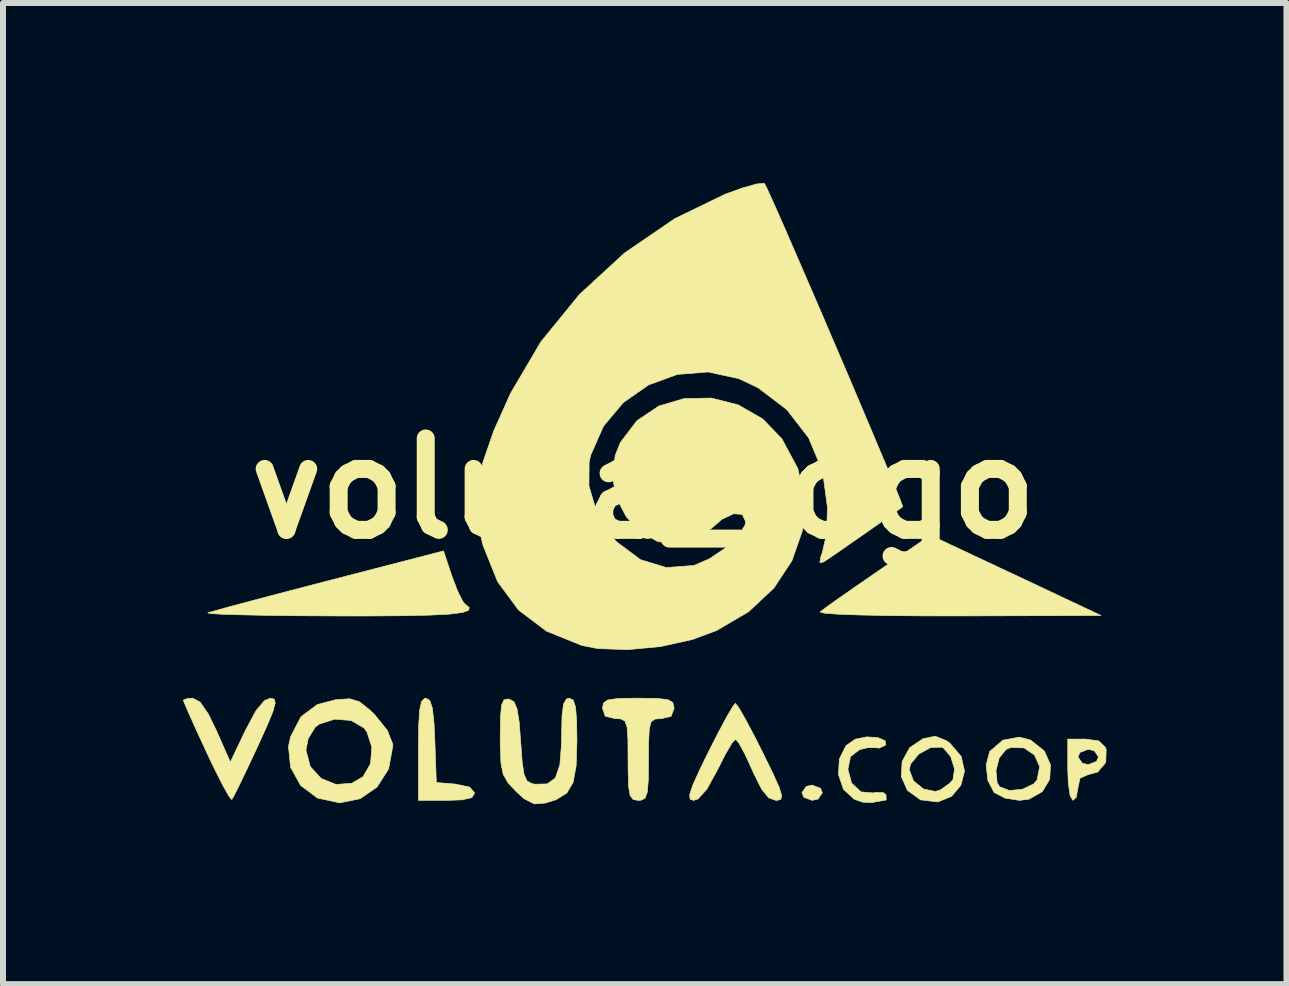
<source format=kicad_pcb>
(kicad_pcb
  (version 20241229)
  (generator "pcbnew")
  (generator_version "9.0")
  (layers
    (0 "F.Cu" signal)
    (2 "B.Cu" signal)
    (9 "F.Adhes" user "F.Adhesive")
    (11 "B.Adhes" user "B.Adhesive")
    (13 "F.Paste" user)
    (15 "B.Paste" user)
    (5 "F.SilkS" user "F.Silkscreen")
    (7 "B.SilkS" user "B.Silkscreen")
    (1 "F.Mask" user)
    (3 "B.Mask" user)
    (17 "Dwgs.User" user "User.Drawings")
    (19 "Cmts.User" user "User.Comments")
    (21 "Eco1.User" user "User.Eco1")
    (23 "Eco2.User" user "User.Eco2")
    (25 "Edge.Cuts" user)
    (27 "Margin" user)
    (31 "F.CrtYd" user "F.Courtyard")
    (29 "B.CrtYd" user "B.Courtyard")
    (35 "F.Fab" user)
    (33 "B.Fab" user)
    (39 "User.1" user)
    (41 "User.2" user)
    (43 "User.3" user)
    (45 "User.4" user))
  (footprint "voluta_logo"
    (layer "F.Cu")
    (at 7.676 5.094)
    (property "Reference" "voluta_logo" (at 0 0 0) (layer "F.SilkS") (effects (font (size 1.524 1.524) (thickness 0.3))))
    (attr through_hole)
    (fp_poly (pts (xy 2.952 4.997) (xy 2.983 5.071) (xy 2.912 5.176) (xy 2.813 5.199) (xy 2.674 5.146) (xy 2.642 5.071) (xy 2.713 4.967) (xy 2.813 4.944) (xy 2.952 4.997)) (stroke (width 0.01) (type solid)) (fill yes) (layer "F.SilkS"))
    (fp_poly (pts (xy -3.561 3.533) (xy -3.517 3.666) (xy -3.49 3.921) (xy -3.477 4.198) (xy -3.452 4.901) (xy -3.132 4.927) (xy -2.895 4.978) (xy -2.813 5.076) (xy -2.813 5.077) (xy -2.86 5.152) (xy -3.022 5.19) (xy -3.282 5.199) (xy -3.75 5.199) (xy -3.75 4.347) (xy -3.746 3.948) (xy -3.73 3.691) (xy -3.698 3.55) (xy -3.647 3.497) (xy -3.626 3.495) (xy -3.561 3.533)) (stroke (width 0.01) (type solid)) (fill yes) (layer "F.SilkS"))
    (fp_poly (pts (xy 5.738 1.227) (xy 6.16 1.425) (xy 6.578 1.621) (xy 6.937 1.791) (xy 7.16 1.896) (xy 7.629 2.117) (xy 5.246 2.124) (xy 4.618 2.123) (xy 4.062 2.118) (xy 3.597 2.108) (xy 3.243 2.095) (xy 3.018 2.078) (xy 2.944 2.059) (xy 2.945 2.058) (xy 3.043 1.983) (xy 3.252 1.834) (xy 3.542 1.632) (xy 3.883 1.397) (xy 3.905 1.381) (xy 4.784 0.779) (xy 5.738 1.227)) (stroke (width 0.01) (type solid)) (fill yes) (layer "F.SilkS"))
    (fp_poly (pts (xy -3.194 1.456) (xy -3.1 1.704) (xy -3.014 1.877) (xy -2.977 1.922) (xy -2.904 1.983) (xy -2.914 2.031) (xy -3.019 2.067) (xy -3.232 2.094) (xy -3.568 2.111) (xy -4.039 2.121) (xy -4.659 2.125) (xy -5.135 2.124) (xy -5.726 2.121) (xy -6.249 2.115) (xy -6.686 2.106) (xy -7.014 2.096) (xy -7.212 2.085) (xy -7.262 2.073) (xy -7.15 2.04) (xy -6.898 1.97) (xy -6.531 1.872) (xy -6.073 1.751) (xy -5.549 1.614) (xy -5.241 1.534) (xy -3.332 1.04) (xy -3.194 1.456)) (stroke (width 0.01) (type solid)) (fill yes) (layer "F.SilkS"))
    (fp_poly (pts (xy 7.591 4.207) (xy 7.701 4.314) (xy 7.715 4.351) (xy 7.708 4.567) (xy 7.574 4.726) (xy 7.405 4.773) (xy 7.278 4.829) (xy 7.245 4.986) (xy 7.216 5.146) (xy 7.16 5.199) (xy 7.114 5.122) (xy 7.084 4.919) (xy 7.074 4.688) (xy 7.074 4.475) (xy 7.245 4.475) (xy 7.316 4.579) (xy 7.415 4.603) (xy 7.554 4.549) (xy 7.586 4.475) (xy 7.515 4.371) (xy 7.415 4.347) (xy 7.277 4.4) (xy 7.245 4.475) (xy 7.074 4.475) (xy 7.074 4.177) (xy 7.367 4.177) (xy 7.591 4.207)) (stroke (width 0.01) (type solid)) (fill yes) (layer "F.SilkS"))
    (fp_poly (pts (xy -6.154 3.511) (xy -6.138 3.576) (xy -6.176 3.717) (xy -6.276 3.959) (xy -6.441 4.322) (xy -6.601 4.663) (xy -6.736 4.944) (xy -6.829 5.129) (xy -6.862 5.186) (xy -6.91 5.129) (xy -7.012 4.947) (xy -7.153 4.669) (xy -7.285 4.391) (xy -7.442 4.049) (xy -7.569 3.769) (xy -7.649 3.584) (xy -7.671 3.527) (xy -7.6 3.5) (xy -7.515 3.495) (xy -7.392 3.558) (xy -7.252 3.76) (xy -7.122 4.027) (xy -6.886 4.56) (xy -6.632 4.027) (xy -6.46 3.706) (xy -6.317 3.535) (xy -6.217 3.495) (xy -6.154 3.511)) (stroke (width 0.01) (type solid)) (fill yes) (layer "F.SilkS"))
    (fp_poly (pts (xy 3.911 4.152) (xy 4.031 4.206) (xy 4.039 4.277) (xy 3.927 4.329) (xy 3.891 4.321) (xy 3.74 4.32) (xy 3.601 4.355) (xy 3.452 4.469) (xy 3.409 4.682) (xy 3.472 4.913) (xy 3.628 5.057) (xy 3.833 5.075) (xy 3.863 5.065) (xy 4.004 5.071) (xy 4.045 5.108) (xy 4.047 5.191) (xy 4.018 5.199) (xy 3.864 5.224) (xy 3.821 5.236) (xy 3.662 5.23) (xy 3.514 5.18) (xy 3.334 5.012) (xy 3.252 4.77) (xy 3.266 4.509) (xy 3.377 4.288) (xy 3.53 4.179) (xy 3.725 4.14) (xy 3.911 4.152)) (stroke (width 0.01) (type solid)) (fill yes) (layer "F.SilkS"))
    (fp_poly (pts (xy 1.589 3.651) (xy 1.7 3.845) (xy 1.851 4.128) (xy 1.983 4.39) (xy 2.159 4.749) (xy 2.264 4.983) (xy 2.305 5.118) (xy 2.291 5.182) (xy 2.227 5.199) (xy 2.209 5.199) (xy 2.089 5.157) (xy 1.97 5.01) (xy 1.831 4.732) (xy 1.812 4.688) (xy 1.692 4.427) (xy 1.592 4.243) (xy 1.536 4.177) (xy 1.474 4.247) (xy 1.365 4.433) (xy 1.236 4.688) (xy 1.058 5.012) (xy 0.909 5.176) (xy 0.837 5.199) (xy 0.778 5.179) (xy 0.771 5.103) (xy 0.823 4.945) (xy 0.942 4.682) (xy 1.085 4.39) (xy 1.254 4.058) (xy 1.397 3.792) (xy 1.497 3.623) (xy 1.534 3.58) (xy 1.589 3.651)) (stroke (width 0.01) (type solid)) (fill yes) (layer "F.SilkS"))
    (fp_poly (pts (xy 5.05 4.203) (xy 5.109 4.245) (xy 5.298 4.466) (xy 5.353 4.713) (xy 5.292 4.947) (xy 5.138 5.131) (xy 4.908 5.225) (xy 4.624 5.191) (xy 4.62 5.189) (xy 4.402 5.033) (xy 4.3 4.804) (xy 4.306 4.685) (xy 4.432 4.685) (xy 4.502 4.873) (xy 4.669 5.009) (xy 4.867 5.05) (xy 4.952 5.024) (xy 5.106 4.914) (xy 5.16 4.853) (xy 5.187 4.675) (xy 5.123 4.469) (xy 5 4.324) (xy 4.975 4.312) (xy 4.787 4.318) (xy 4.59 4.427) (xy 4.455 4.591) (xy 4.432 4.685) (xy 4.306 4.685) (xy 4.313 4.551) (xy 4.438 4.321) (xy 4.661 4.171) (xy 4.865 4.129) (xy 5.05 4.203)) (stroke (width 0.01) (type solid)) (fill yes) (layer "F.SilkS"))
    (fp_poly (pts (xy 6.456 4.194) (xy 6.684 4.375) (xy 6.787 4.607) (xy 6.773 4.848) (xy 6.65 5.053) (xy 6.427 5.179) (xy 6.269 5.199) (xy 6.029 5.161) (xy 5.849 5.069) (xy 5.845 5.065) (xy 5.742 4.866) (xy 5.724 4.703) (xy 5.878 4.703) (xy 5.897 4.903) (xy 5.938 4.972) (xy 6.102 5.034) (xy 6.321 5.013) (xy 6.508 4.923) (xy 6.563 4.858) (xy 6.606 4.635) (xy 6.519 4.443) (xy 6.346 4.324) (xy 6.127 4.317) (xy 6.046 4.35) (xy 5.932 4.49) (xy 5.878 4.703) (xy 5.724 4.703) (xy 5.714 4.608) (xy 5.771 4.389) (xy 5.776 4.381) (xy 5.992 4.195) (xy 6.268 4.144) (xy 6.456 4.194)) (stroke (width 0.01) (type solid)) (fill yes) (layer "F.SilkS"))
    (fp_poly (pts (xy 0.228 3.499) (xy 0.408 3.52) (xy 0.49 3.567) (xy 0.511 3.652) (xy 0.511 3.665) (xy 0.461 3.799) (xy 0.298 3.836) (xy 0.193 3.843) (xy 0.129 3.888) (xy 0.098 4.005) (xy 0.087 4.23) (xy 0.085 4.517) (xy 0.082 4.857) (xy 0.065 5.061) (xy 0.027 5.163) (xy -0.04 5.197) (xy -0.085 5.199) (xy -0.17 5.185) (xy -0.221 5.12) (xy -0.247 4.968) (xy -0.255 4.697) (xy -0.256 4.517) (xy -0.258 4.179) (xy -0.272 3.977) (xy -0.309 3.875) (xy -0.379 3.84) (xy -0.469 3.836) (xy -0.636 3.796) (xy -0.682 3.665) (xy -0.666 3.576) (xy -0.593 3.524) (xy -0.428 3.501) (xy -0.133 3.495) (xy -0.085 3.495) (xy 0.228 3.499)) (stroke (width 0.01) (type solid)) (fill yes) (layer "F.SilkS"))
    (fp_poly (pts (xy -4.734 3.554) (xy -4.556 3.696) (xy -4.477 3.774) (xy -4.268 4.033) (xy -4.178 4.262) (xy -4.177 4.29) (xy -4.248 4.675) (xy -4.44 4.976) (xy -4.722 5.171) (xy -5.063 5.24) (xy -5.431 5.161) (xy -5.437 5.158) (xy -5.714 4.95) (xy -5.882 4.647) (xy -5.911 4.36) (xy -5.626 4.36) (xy -5.554 4.635) (xy -5.372 4.833) (xy -5.125 4.933) (xy -4.86 4.913) (xy -4.673 4.803) (xy -4.549 4.588) (xy -4.527 4.314) (xy -4.609 4.058) (xy -4.659 3.991) (xy -4.873 3.867) (xy -5.147 3.845) (xy -5.403 3.927) (xy -5.47 3.977) (xy -5.587 4.166) (xy -5.626 4.36) (xy -5.911 4.36) (xy -5.917 4.3) (xy -5.882 4.137) (xy -5.708 3.804) (xy -5.437 3.601) (xy -5.123 3.519) (xy -4.899 3.505) (xy -4.734 3.554)) (stroke (width 0.01) (type solid)) (fill yes) (layer "F.SilkS"))
    (fp_poly (pts (xy -1.171 3.526) (xy -1.132 3.64) (xy -1.113 3.866) (xy -1.108 4.206) (xy -1.121 4.621) (xy -1.172 4.9) (xy -1.278 5.078) (xy -1.457 5.188) (xy -1.639 5.244) (xy -1.82 5.257) (xy -1.987 5.173) (xy -2.129 5.044) (xy -2.261 4.9) (xy -2.338 4.762) (xy -2.375 4.577) (xy -2.386 4.296) (xy -2.387 4.134) (xy -2.382 3.803) (xy -2.364 3.61) (xy -2.325 3.523) (xy -2.256 3.508) (xy -2.237 3.511) (xy -2.159 3.554) (xy -2.107 3.671) (xy -2.071 3.894) (xy -2.046 4.22) (xy -2.021 4.56) (xy -1.99 4.766) (xy -1.941 4.873) (xy -1.863 4.918) (xy -1.807 4.929) (xy -1.602 4.924) (xy -1.468 4.825) (xy -1.393 4.609) (xy -1.365 4.254) (xy -1.364 4.123) (xy -1.357 3.789) (xy -1.332 3.594) (xy -1.283 3.508) (xy -1.236 3.495) (xy -1.171 3.526)) (stroke (width 0.01) (type solid)) (fill yes) (layer "F.SilkS"))
    (fp_poly (pts (xy 2.018 -5.085) (xy 2.063 -4.997) (xy 2.163 -4.777) (xy 2.31 -4.445) (xy 2.494 -4.023) (xy 2.706 -3.534) (xy 2.937 -3) (xy 3.176 -2.441) (xy 3.416 -1.881) (xy 3.645 -1.34) (xy 3.856 -0.841) (xy 4.039 -0.406) (xy 4.183 -0.057) (xy 4.281 0.186) (xy 4.322 0.298) (xy 4.323 0.304) (xy 4.205 0.389) (xy 3.996 0.536) (xy 3.736 0.719) (xy 3.466 0.907) (xy 3.226 1.074) (xy 3.057 1.189) (xy 3.005 1.224) (xy 2.941 1.236) (xy 2.96 1.129) (xy 2.983 1.065) (xy 3.03 0.858) (xy 3.06 0.557) (xy 3.068 0.314) (xy 2.986 -0.293) (xy 2.754 -0.845) (xy 2.39 -1.316) (xy 1.91 -1.681) (xy 1.589 -1.832) (xy 1.078 -1.943) (xy 0.566 -1.902) (xy 0.086 -1.727) (xy -0.335 -1.433) (xy -0.666 -1.039) (xy -0.877 -0.56) (xy -0.905 -0.441) (xy -0.908 -0.043) (xy -0.784 0.379) (xy -0.556 0.765) (xy -0.444 0.891) (xy -0.048 1.186) (xy 0.382 1.317) (xy 0.835 1.283) (xy 0.848 1.28) (xy 1.101 1.171) (xy 1.356 0.999) (xy 1.568 0.801) (xy 1.691 0.618) (xy 1.705 0.554) (xy 1.649 0.432) (xy 1.505 0.42) (xy 1.311 0.512) (xy 1.141 0.658) (xy 0.847 0.87) (xy 0.536 0.937) (xy 0.229 0.879) (xy -0.052 0.718) (xy -0.284 0.473) (xy -0.446 0.166) (xy -0.515 -0.183) (xy -0.47 -0.553) (xy -0.384 -0.767) (xy -0.109 -1.13) (xy 0.257 -1.375) (xy 0.682 -1.501) (xy 1.134 -1.508) (xy 1.58 -1.395) (xy 1.988 -1.161) (xy 2.309 -0.828) (xy 2.576 -0.33) (xy 2.686 0.188) (xy 2.65 0.706) (xy 2.476 1.204) (xy 2.174 1.661) (xy 1.752 2.055) (xy 1.22 2.367) (xy 0.82 2.516) (xy 0.285 2.635) (xy -0.262 2.686) (xy -0.76 2.668) (xy -1.027 2.616) (xy -1.615 2.378) (xy -2.08 2.027) (xy -2.43 1.554) (xy -2.672 0.951) (xy -2.687 0.899) (xy -2.768 0.468) (xy -2.767 0.037) (xy -2.679 -0.427) (xy -2.496 -0.959) (xy -2.215 -1.587) (xy -1.709 -2.446) (xy -1.067 -3.234) (xy -0.314 -3.927) (xy 0.523 -4.499) (xy 1.363 -4.907) (xy 1.657 -5.012) (xy 1.887 -5.077) (xy 2.011 -5.089) (xy 2.018 -5.085)) (stroke (width 0.01) (type solid)) (fill yes) (layer "F.SilkS")))
  (gr_rect
    (start -3 -3)
    (end 18.396 13.356)
    (stroke (width 0.1) (type default))
    (fill no)
    (layer "Edge.Cuts")))
</source>
